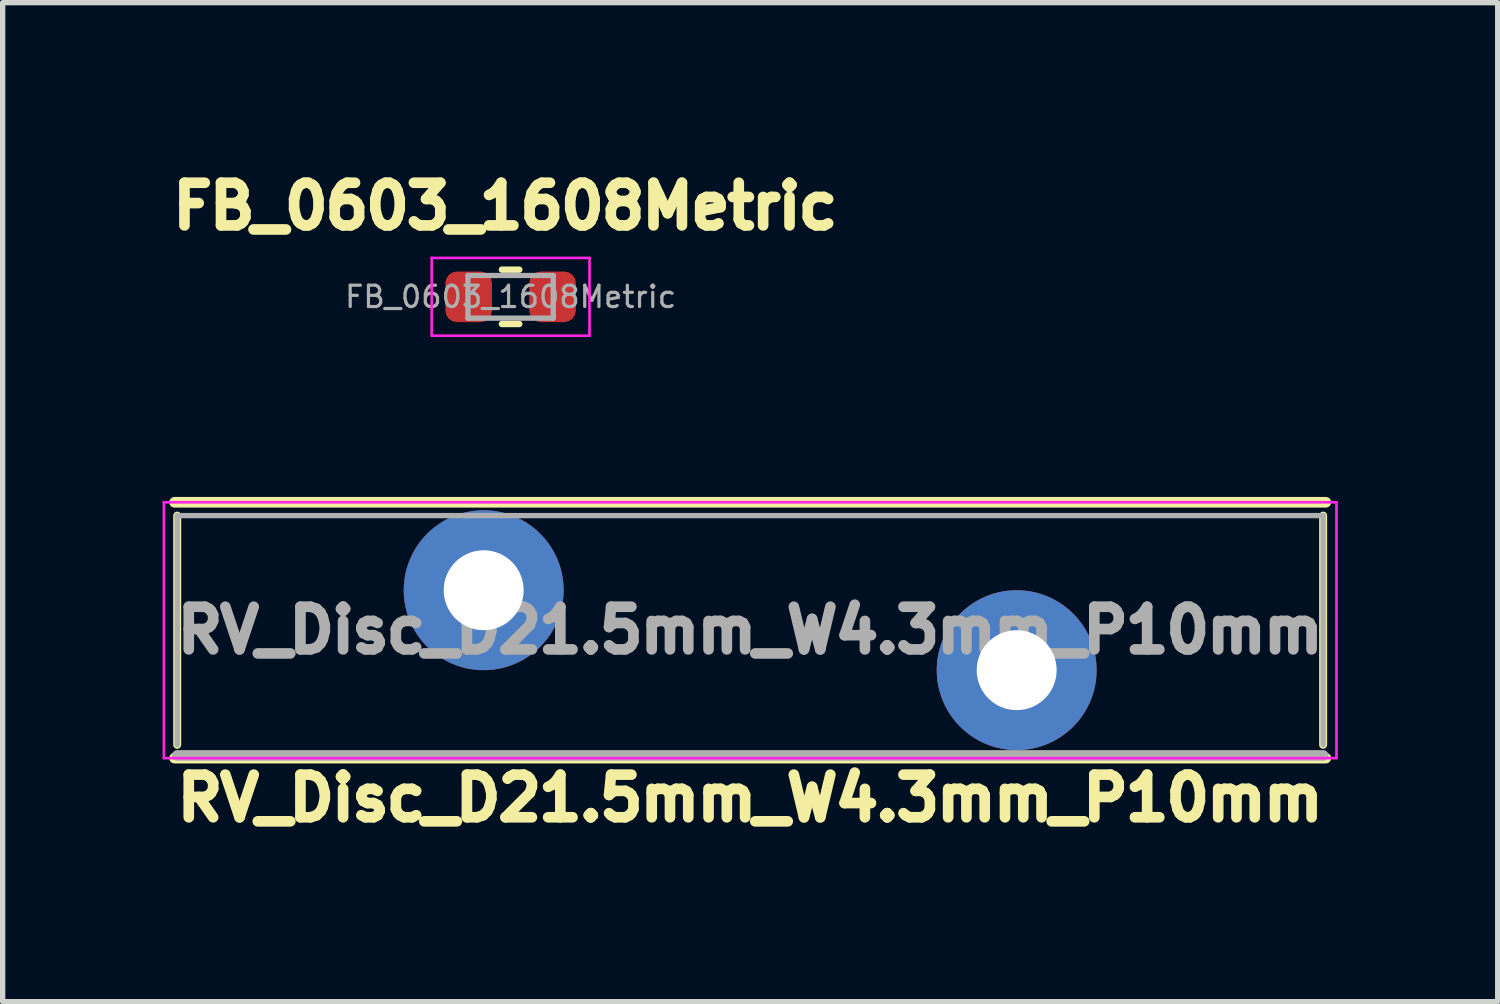
<source format=kicad_pcb>
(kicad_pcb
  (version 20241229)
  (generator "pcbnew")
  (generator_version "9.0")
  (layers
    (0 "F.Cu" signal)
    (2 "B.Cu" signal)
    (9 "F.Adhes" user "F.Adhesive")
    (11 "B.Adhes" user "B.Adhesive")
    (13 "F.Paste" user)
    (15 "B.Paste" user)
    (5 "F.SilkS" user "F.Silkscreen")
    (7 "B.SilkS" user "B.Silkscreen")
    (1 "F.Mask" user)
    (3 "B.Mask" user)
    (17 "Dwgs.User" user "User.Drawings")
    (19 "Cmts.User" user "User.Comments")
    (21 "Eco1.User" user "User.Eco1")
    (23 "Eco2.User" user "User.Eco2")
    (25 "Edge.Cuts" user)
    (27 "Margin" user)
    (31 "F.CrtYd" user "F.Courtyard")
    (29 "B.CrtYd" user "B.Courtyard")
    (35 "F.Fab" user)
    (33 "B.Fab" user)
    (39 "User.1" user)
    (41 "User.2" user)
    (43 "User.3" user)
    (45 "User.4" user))
  (footprint "FB_0603_1608Metric"
    (layer "F.Cu")
    (at 6.53 2.519)
    (property "Reference" "FB_0603_1608Metric" (at -0.1 -1.7 0) (layer "F.SilkS") (effects (font (size 0.8 0.8) (thickness 0.2) (bold yes))))
    (attr smd)
    (fp_line (start -0.163 -0.51) (end 0.163 -0.51) (stroke (width 0.12) (type solid)) (layer "F.SilkS"))
    (fp_line (start -0.163 0.51) (end 0.163 0.51) (stroke (width 0.12) (type solid)) (layer "F.SilkS"))
    (fp_line (start -1.48 -0.73) (end 1.48 -0.73) (stroke (width 0.05) (type solid)) (layer "F.CrtYd"))
    (fp_line (start -1.48 0.73) (end -1.48 -0.73) (stroke (width 0.05) (type solid)) (layer "F.CrtYd"))
    (fp_line (start 1.48 -0.73) (end 1.48 0.73) (stroke (width 0.05) (type solid)) (layer "F.CrtYd"))
    (fp_line (start 1.48 0.73) (end -1.48 0.73) (stroke (width 0.05) (type solid)) (layer "F.CrtYd"))
    (fp_line (start -0.8 -0.4) (end 0.8 -0.4) (stroke (width 0.1) (type solid)) (layer "F.Fab"))
    (fp_line (start -0.8 0.4) (end -0.8 -0.4) (stroke (width 0.1) (type solid)) (layer "F.Fab"))
    (fp_line (start 0.8 -0.4) (end 0.8 0.4) (stroke (width 0.1) (type solid)) (layer "F.Fab"))
    (fp_line (start 0.8 0.4) (end -0.8 0.4) (stroke (width 0.1) (type solid)) (layer "F.Fab"))
    (fp_text user "${REFERENCE}" (at 0 0 0) (layer "F.Fab") (effects (font (size 0.4 0.4) (thickness 0.06))))
    (pad "1" smd roundrect (at -0.787 0) (size 0.875 0.95) (layers "F.Cu" "F.Mask" "F.Paste") (roundrect_rratio 0.25))
    (pad "2" smd roundrect (at 0.787 0) (size 0.875 0.95) (layers "F.Cu" "F.Mask" "F.Paste") (roundrect_rratio 0.25))
    (zone (net_name "") (layer "F.Cu") (hatch edge 0.5) (connect_pads) (min_thickness 0.25) (filled_areas_thickness no) (keepout (tracks not_allowed) (vias not_allowed) (pads allowed) (copperpour not_allowed) (footprints allowed)) (placement (enabled no)) (fill) (polygon (pts (xy 6.13 2.119) (xy 6.13 2.919) (xy 6.93 2.919) (xy 6.93 2.119))))
    (zone (net_name "") (layer "In1.Cu") (hatch edge 0.5) (connect_pads) (min_thickness 0.25) (filled_areas_thickness no) (keepout (tracks not_allowed) (vias not_allowed) (pads allowed) (copperpour not_allowed) (footprints allowed)) (placement (enabled no)) (fill) (polygon (pts (xy 5.43 2.019) (xy 7.63 2.019) (xy 7.63 3.019) (xy 5.43 3.019)))))
  (footprint "RV_Disc_D21.5mm_W4.3mm_P10mm"
    (layer "F.Cu")
    (at 11.025 8.774)
    (property "Reference" "RV_Disc_D21.5mm_W4.3mm_P10mm" (at 0 3.15 0) (layer "F.SilkS") (effects (font (size 0.8 0.8) (thickness 0.2) (bold yes))))
    (attr through_hole)
    (fp_line (start -10.8 -2.4) (end 10.8 -2.4) (stroke (width 0.2) (type solid)) (layer "F.SilkS"))
    (fp_line (start -10.8 2.4) (end 10.8 2.4) (stroke (width 0.2) (type solid)) (layer "F.SilkS"))
    (fp_line (start -10.75 -2.15) (end -10.75 2.15) (stroke (width 0.15) (type solid)) (layer "F.SilkS"))
    (fp_line (start 10.75 -2.15) (end 10.75 2.15) (stroke (width 0.15) (type solid)) (layer "F.SilkS"))
    (fp_line (start -11 -2.4) (end -11 2.4) (stroke (width 0.05) (type solid)) (layer "F.CrtYd"))
    (fp_line (start -11 -2.4) (end 11 -2.4) (stroke (width 0.05) (type solid)) (layer "F.CrtYd"))
    (fp_line (start -11 2.4) (end 11 2.4) (stroke (width 0.05) (type solid)) (layer "F.CrtYd"))
    (fp_line (start 11 -2.4) (end 11 2.4) (stroke (width 0.05) (type solid)) (layer "F.CrtYd"))
    (fp_line (start -10.75 -2.15) (end -10.75 2.15) (stroke (width 0.1) (type solid)) (layer "F.Fab"))
    (fp_line (start -10.75 -2.15) (end 10.75 -2.15) (stroke (width 0.1) (type solid)) (layer "F.Fab"))
    (fp_line (start -10.75 2.35) (end 10.75 2.35) (stroke (width 0.2) (type solid)) (layer "F.Fab"))
    (fp_line (start 10.75 -2.15) (end 10.75 2.15) (stroke (width 0.1) (type solid)) (layer "F.Fab"))
    (fp_text user "${REFERENCE}" (at 0 0 0) (layer "F.Fab") (effects (font (size 0.8 0.8) (thickness 0.2) (bold yes))))
    (pad "1" thru_hole circle (at -5 -0.75) (size 3 3) (drill 1.5) (layers "*.Cu" "*.Mask"))
    (pad "2" thru_hole circle (at 5 0.75) (size 3 3) (drill 1.5) (layers "*.Cu" "*.Mask")))
  (gr_rect
    (start -3 -3)
    (end 25.05 15.743)
    (stroke (width 0.1) (type default))
    (fill no)
    (layer "Edge.Cuts")))
</source>
